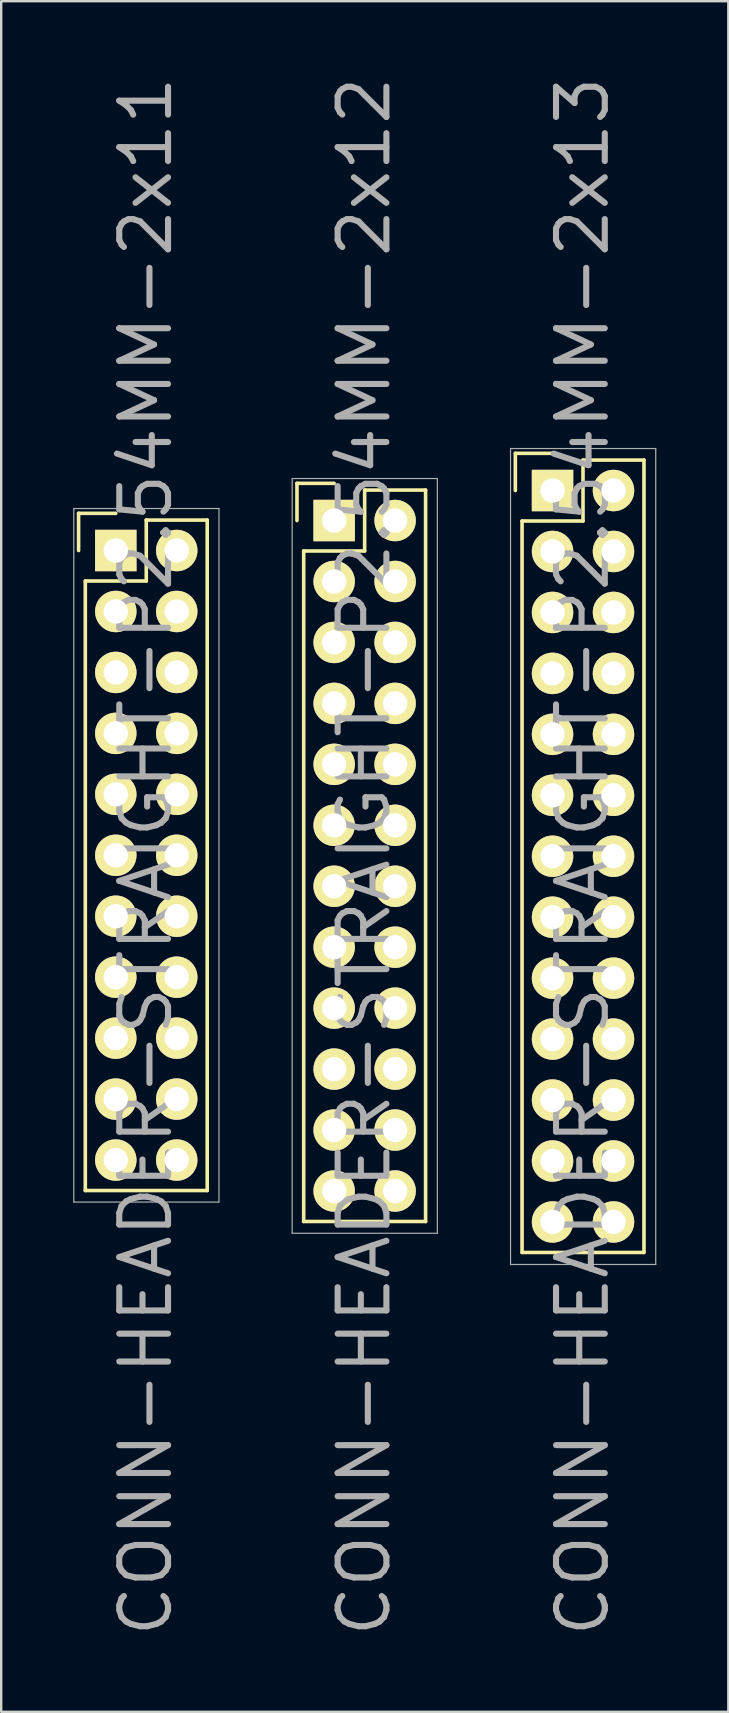
<source format=kicad_pcb>
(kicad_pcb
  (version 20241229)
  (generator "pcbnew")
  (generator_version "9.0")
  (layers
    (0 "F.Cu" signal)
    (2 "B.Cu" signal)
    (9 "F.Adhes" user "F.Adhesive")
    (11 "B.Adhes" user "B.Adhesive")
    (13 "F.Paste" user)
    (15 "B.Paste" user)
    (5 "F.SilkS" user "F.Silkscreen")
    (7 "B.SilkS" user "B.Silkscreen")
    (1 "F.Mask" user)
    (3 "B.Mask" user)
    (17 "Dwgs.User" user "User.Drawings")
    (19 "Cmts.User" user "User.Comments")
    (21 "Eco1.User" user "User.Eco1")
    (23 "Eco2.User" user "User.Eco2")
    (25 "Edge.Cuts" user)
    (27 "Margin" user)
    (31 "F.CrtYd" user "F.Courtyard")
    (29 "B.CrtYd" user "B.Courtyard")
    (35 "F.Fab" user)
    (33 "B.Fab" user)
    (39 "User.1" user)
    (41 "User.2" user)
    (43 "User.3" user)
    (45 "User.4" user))
  (footprint "CONN-HEADER-STRAIGHT-P2.54MM-2x13"
    (layer "F.Cu")
    (at 19.975 17.391)
    (property "Reference" "CONN-HEADER-STRAIGHT-P2.54MM-2x13" (at 1.25 15.25 90) (layer "F.Fab") (effects (font (size 2.032 2.032) (thickness 0.254))))
    (attr smd)
    (fp_line (start -1.55 -1.55) (end -1.55 0) (stroke (width 0.15) (type solid)) (layer "F.SilkS"))
    (fp_line (start -1.27 1.27) (end -1.27 31.75) (stroke (width 0.15) (type solid)) (layer "F.SilkS"))
    (fp_line (start 0 -1.55) (end -1.55 -1.55) (stroke (width 0.15) (type solid)) (layer "F.SilkS"))
    (fp_line (start 1.27 -1.27) (end 1.27 1.27) (stroke (width 0.15) (type solid)) (layer "F.SilkS"))
    (fp_line (start 1.27 1.27) (end -1.27 1.27) (stroke (width 0.15) (type solid)) (layer "F.SilkS"))
    (fp_line (start 3.81 -1.27) (end 1.27 -1.27) (stroke (width 0.15) (type solid)) (layer "F.SilkS"))
    (fp_line (start 3.81 -1.27) (end 3.81 31.75) (stroke (width 0.15) (type solid)) (layer "F.SilkS"))
    (fp_line (start 3.81 31.75) (end -1.27 31.75) (stroke (width 0.15) (type solid)) (layer "F.SilkS"))
    (fp_line (start -1.75 -1.75) (end -1.75 32.25) (stroke (width 0.05) (type solid)) (layer "F.Fab"))
    (fp_line (start -1.75 -1.75) (end 4.3 -1.75) (stroke (width 0.05) (type solid)) (layer "F.Fab"))
    (fp_line (start -1.75 32.25) (end 4.3 32.25) (stroke (width 0.05) (type solid)) (layer "F.Fab"))
    (fp_line (start 4.3 -1.75) (end 4.3 32.25) (stroke (width 0.05) (type solid)) (layer "F.Fab"))
    (pad "1" thru_hole rect (at 0 0) (size 1.727 1.727) (drill 1.016) (layers "*.Cu" "*.Mask" "F.SilkS"))
    (pad "2" thru_hole oval (at 2.54 0) (size 1.727 1.727) (drill 1.016) (layers "*.Cu" "*.Mask" "F.SilkS"))
    (pad "3" thru_hole oval (at 0 2.54) (size 1.727 1.727) (drill 1.016) (layers "*.Cu" "*.Mask" "F.SilkS"))
    (pad "4" thru_hole oval (at 2.54 2.54) (size 1.727 1.727) (drill 1.016) (layers "*.Cu" "*.Mask" "F.SilkS"))
    (pad "5" thru_hole oval (at 0 5.08) (size 1.727 1.727) (drill 1.016) (layers "*.Cu" "*.Mask" "F.SilkS"))
    (pad "6" thru_hole oval (at 2.54 5.08) (size 1.727 1.727) (drill 1.016) (layers "*.Cu" "*.Mask" "F.SilkS"))
    (pad "7" thru_hole oval (at 0 7.62) (size 1.727 1.727) (drill 1.016) (layers "*.Cu" "*.Mask" "F.SilkS"))
    (pad "8" thru_hole oval (at 2.54 7.62) (size 1.727 1.727) (drill 1.016) (layers "*.Cu" "*.Mask" "F.SilkS"))
    (pad "9" thru_hole oval (at 0 10.16) (size 1.727 1.727) (drill 1.016) (layers "*.Cu" "*.Mask" "F.SilkS"))
    (pad "10" thru_hole oval (at 2.54 10.16) (size 1.727 1.727) (drill 1.016) (layers "*.Cu" "*.Mask" "F.SilkS"))
    (pad "11" thru_hole oval (at 0 12.7) (size 1.727 1.727) (drill 1.016) (layers "*.Cu" "*.Mask" "F.SilkS"))
    (pad "12" thru_hole oval (at 2.54 12.7) (size 1.727 1.727) (drill 1.016) (layers "*.Cu" "*.Mask" "F.SilkS"))
    (pad "13" thru_hole oval (at 0 15.24) (size 1.727 1.727) (drill 1.016) (layers "*.Cu" "*.Mask" "F.SilkS"))
    (pad "14" thru_hole oval (at 2.54 15.24) (size 1.727 1.727) (drill 1.016) (layers "*.Cu" "*.Mask" "F.SilkS"))
    (pad "15" thru_hole oval (at 0 17.78) (size 1.727 1.727) (drill 1.016) (layers "*.Cu" "*.Mask" "F.SilkS"))
    (pad "16" thru_hole oval (at 2.54 17.78) (size 1.727 1.727) (drill 1.016) (layers "*.Cu" "*.Mask" "F.SilkS"))
    (pad "17" thru_hole oval (at 0 20.32) (size 1.727 1.727) (drill 1.016) (layers "*.Cu" "*.Mask" "F.SilkS"))
    (pad "18" thru_hole oval (at 2.54 20.32) (size 1.727 1.727) (drill 1.016) (layers "*.Cu" "*.Mask" "F.SilkS"))
    (pad "19" thru_hole oval (at 0 22.86) (size 1.727 1.727) (drill 1.016) (layers "*.Cu" "*.Mask" "F.SilkS"))
    (pad "20" thru_hole oval (at 2.54 22.86) (size 1.727 1.727) (drill 1.016) (layers "*.Cu" "*.Mask" "F.SilkS"))
    (pad "21" thru_hole oval (at 0 25.4) (size 1.727 1.727) (drill 1.016) (layers "*.Cu" "*.Mask" "F.SilkS"))
    (pad "22" thru_hole oval (at 2.54 25.4) (size 1.727 1.727) (drill 1.016) (layers "*.Cu" "*.Mask" "F.SilkS"))
    (pad "23" thru_hole oval (at 0 27.94) (size 1.727 1.727) (drill 1.016) (layers "*.Cu" "*.Mask" "F.SilkS"))
    (pad "24" thru_hole oval (at 2.54 27.94) (size 1.727 1.727) (drill 1.016) (layers "*.Cu" "*.Mask" "F.SilkS"))
    (pad "25" thru_hole oval (at 0 30.48) (size 1.727 1.727) (drill 1.016) (layers "*.Cu" "*.Mask" "F.SilkS"))
    (pad "26" thru_hole oval (at 2.54 30.48) (size 1.727 1.727) (drill 1.016) (layers "*.Cu" "*.Mask" "F.SilkS")))
  (footprint "CONN-HEADER-STRAIGHT-P2.54MM-2x11"
    (layer "F.Cu")
    (at 1.775 19.891)
    (property "Reference" "CONN-HEADER-STRAIGHT-P2.54MM-2x11" (at 1.25 12.75 90) (layer "F.Fab") (effects (font (size 2.032 2.032) (thickness 0.254))))
    (attr smd)
    (fp_line (start -1.55 -1.55) (end -1.55 0) (stroke (width 0.15) (type solid)) (layer "F.SilkS"))
    (fp_line (start -1.27 1.27) (end -1.27 26.67) (stroke (width 0.15) (type solid)) (layer "F.SilkS"))
    (fp_line (start 0 -1.55) (end -1.55 -1.55) (stroke (width 0.15) (type solid)) (layer "F.SilkS"))
    (fp_line (start 1.27 -1.27) (end 1.27 1.27) (stroke (width 0.15) (type solid)) (layer "F.SilkS"))
    (fp_line (start 1.27 1.27) (end -1.27 1.27) (stroke (width 0.15) (type solid)) (layer "F.SilkS"))
    (fp_line (start 3.81 -1.27) (end 1.27 -1.27) (stroke (width 0.15) (type solid)) (layer "F.SilkS"))
    (fp_line (start 3.81 26.67) (end -1.27 26.67) (stroke (width 0.15) (type solid)) (layer "F.SilkS"))
    (fp_line (start 3.81 26.67) (end 3.81 -1.27) (stroke (width 0.15) (type solid)) (layer "F.SilkS"))
    (fp_line (start -1.75 -1.75) (end -1.75 27.15) (stroke (width 0.05) (type solid)) (layer "F.Fab"))
    (fp_line (start -1.75 -1.75) (end 4.3 -1.75) (stroke (width 0.05) (type solid)) (layer "F.Fab"))
    (fp_line (start -1.75 27.15) (end 4.3 27.15) (stroke (width 0.05) (type solid)) (layer "F.Fab"))
    (fp_line (start 4.3 -1.75) (end 4.3 27.15) (stroke (width 0.05) (type solid)) (layer "F.Fab"))
    (pad "1" thru_hole rect (at 0 0) (size 1.727 1.727) (drill 1.016) (layers "*.Cu" "*.Mask" "F.SilkS"))
    (pad "2" thru_hole oval (at 2.54 0) (size 1.727 1.727) (drill 1.016) (layers "*.Cu" "*.Mask" "F.SilkS"))
    (pad "3" thru_hole oval (at 0 2.54) (size 1.727 1.727) (drill 1.016) (layers "*.Cu" "*.Mask" "F.SilkS"))
    (pad "4" thru_hole oval (at 2.54 2.54) (size 1.727 1.727) (drill 1.016) (layers "*.Cu" "*.Mask" "F.SilkS"))
    (pad "5" thru_hole oval (at 0 5.08) (size 1.727 1.727) (drill 1.016) (layers "*.Cu" "*.Mask" "F.SilkS"))
    (pad "6" thru_hole oval (at 2.54 5.08) (size 1.727 1.727) (drill 1.016) (layers "*.Cu" "*.Mask" "F.SilkS"))
    (pad "7" thru_hole oval (at 0 7.62) (size 1.727 1.727) (drill 1.016) (layers "*.Cu" "*.Mask" "F.SilkS"))
    (pad "8" thru_hole oval (at 2.54 7.62) (size 1.727 1.727) (drill 1.016) (layers "*.Cu" "*.Mask" "F.SilkS"))
    (pad "9" thru_hole oval (at 0 10.16) (size 1.727 1.727) (drill 1.016) (layers "*.Cu" "*.Mask" "F.SilkS"))
    (pad "10" thru_hole oval (at 2.54 10.16) (size 1.727 1.727) (drill 1.016) (layers "*.Cu" "*.Mask" "F.SilkS"))
    (pad "11" thru_hole oval (at 0 12.7) (size 1.727 1.727) (drill 1.016) (layers "*.Cu" "*.Mask" "F.SilkS"))
    (pad "12" thru_hole oval (at 2.54 12.7) (size 1.727 1.727) (drill 1.016) (layers "*.Cu" "*.Mask" "F.SilkS"))
    (pad "13" thru_hole oval (at 0 15.24) (size 1.727 1.727) (drill 1.016) (layers "*.Cu" "*.Mask" "F.SilkS"))
    (pad "14" thru_hole oval (at 2.54 15.24) (size 1.727 1.727) (drill 1.016) (layers "*.Cu" "*.Mask" "F.SilkS"))
    (pad "15" thru_hole oval (at 0 17.78) (size 1.727 1.727) (drill 1.016) (layers "*.Cu" "*.Mask" "F.SilkS"))
    (pad "16" thru_hole oval (at 2.54 17.78) (size 1.727 1.727) (drill 1.016) (layers "*.Cu" "*.Mask" "F.SilkS"))
    (pad "17" thru_hole oval (at 0 20.32) (size 1.727 1.727) (drill 1.016) (layers "*.Cu" "*.Mask" "F.SilkS"))
    (pad "18" thru_hole oval (at 2.54 20.32) (size 1.727 1.727) (drill 1.016) (layers "*.Cu" "*.Mask" "F.SilkS"))
    (pad "19" thru_hole oval (at 0 22.86) (size 1.727 1.727) (drill 1.016) (layers "*.Cu" "*.Mask" "F.SilkS"))
    (pad "20" thru_hole oval (at 2.54 22.86) (size 1.727 1.727) (drill 1.016) (layers "*.Cu" "*.Mask" "F.SilkS"))
    (pad "21" thru_hole oval (at 0 25.4) (size 1.727 1.727) (drill 1.016) (layers "*.Cu" "*.Mask" "F.SilkS"))
    (pad "22" thru_hole oval (at 2.54 25.4) (size 1.727 1.727) (drill 1.016) (layers "*.Cu" "*.Mask" "F.SilkS")))
  (footprint "CONN-HEADER-STRAIGHT-P2.54MM-2x12"
    (layer "F.Cu")
    (at 10.875 18.641)
    (property "Reference" "CONN-HEADER-STRAIGHT-P2.54MM-2x12" (at 1.25 14 90) (layer "F.Fab") (effects (font (size 2.032 2.032) (thickness 0.254))))
    (attr smd)
    (fp_line (start -1.55 -1.55) (end -1.55 0) (stroke (width 0.15) (type solid)) (layer "F.SilkS"))
    (fp_line (start -1.27 1.27) (end -1.27 29.21) (stroke (width 0.15) (type solid)) (layer "F.SilkS"))
    (fp_line (start 0 -1.55) (end -1.55 -1.55) (stroke (width 0.15) (type solid)) (layer "F.SilkS"))
    (fp_line (start 1.27 -1.27) (end 1.27 1.27) (stroke (width 0.15) (type solid)) (layer "F.SilkS"))
    (fp_line (start 1.27 1.27) (end -1.27 1.27) (stroke (width 0.15) (type solid)) (layer "F.SilkS"))
    (fp_line (start 3.81 -1.27) (end 1.27 -1.27) (stroke (width 0.15) (type solid)) (layer "F.SilkS"))
    (fp_line (start 3.81 29.21) (end -1.27 29.21) (stroke (width 0.15) (type solid)) (layer "F.SilkS"))
    (fp_line (start 3.81 29.21) (end 3.81 -1.27) (stroke (width 0.15) (type solid)) (layer "F.SilkS"))
    (fp_line (start -1.75 -1.75) (end -1.75 29.7) (stroke (width 0.05) (type solid)) (layer "F.Fab"))
    (fp_line (start -1.75 -1.75) (end 4.3 -1.75) (stroke (width 0.05) (type solid)) (layer "F.Fab"))
    (fp_line (start -1.75 29.7) (end 4.3 29.7) (stroke (width 0.05) (type solid)) (layer "F.Fab"))
    (fp_line (start 4.3 -1.75) (end 4.3 29.7) (stroke (width 0.05) (type solid)) (layer "F.Fab"))
    (pad "1" thru_hole rect (at 0 0) (size 1.727 1.727) (drill 1.016) (layers "*.Cu" "*.Mask" "F.SilkS"))
    (pad "2" thru_hole oval (at 2.54 0) (size 1.727 1.727) (drill 1.016) (layers "*.Cu" "*.Mask" "F.SilkS"))
    (pad "3" thru_hole oval (at 0 2.54) (size 1.727 1.727) (drill 1.016) (layers "*.Cu" "*.Mask" "F.SilkS"))
    (pad "4" thru_hole oval (at 2.54 2.54) (size 1.727 1.727) (drill 1.016) (layers "*.Cu" "*.Mask" "F.SilkS"))
    (pad "5" thru_hole oval (at 0 5.08) (size 1.727 1.727) (drill 1.016) (layers "*.Cu" "*.Mask" "F.SilkS"))
    (pad "6" thru_hole oval (at 2.54 5.08) (size 1.727 1.727) (drill 1.016) (layers "*.Cu" "*.Mask" "F.SilkS"))
    (pad "7" thru_hole oval (at 0 7.62) (size 1.727 1.727) (drill 1.016) (layers "*.Cu" "*.Mask" "F.SilkS"))
    (pad "8" thru_hole oval (at 2.54 7.62) (size 1.727 1.727) (drill 1.016) (layers "*.Cu" "*.Mask" "F.SilkS"))
    (pad "9" thru_hole oval (at 0 10.16) (size 1.727 1.727) (drill 1.016) (layers "*.Cu" "*.Mask" "F.SilkS"))
    (pad "10" thru_hole oval (at 2.54 10.16) (size 1.727 1.727) (drill 1.016) (layers "*.Cu" "*.Mask" "F.SilkS"))
    (pad "11" thru_hole oval (at 0 12.7) (size 1.727 1.727) (drill 1.016) (layers "*.Cu" "*.Mask" "F.SilkS"))
    (pad "12" thru_hole oval (at 2.54 12.7) (size 1.727 1.727) (drill 1.016) (layers "*.Cu" "*.Mask" "F.SilkS"))
    (pad "13" thru_hole oval (at 0 15.24) (size 1.727 1.727) (drill 1.016) (layers "*.Cu" "*.Mask" "F.SilkS"))
    (pad "14" thru_hole oval (at 2.54 15.24) (size 1.727 1.727) (drill 1.016) (layers "*.Cu" "*.Mask" "F.SilkS"))
    (pad "15" thru_hole oval (at 0 17.78) (size 1.727 1.727) (drill 1.016) (layers "*.Cu" "*.Mask" "F.SilkS"))
    (pad "16" thru_hole oval (at 2.54 17.78) (size 1.727 1.727) (drill 1.016) (layers "*.Cu" "*.Mask" "F.SilkS"))
    (pad "17" thru_hole oval (at 0 20.32) (size 1.727 1.727) (drill 1.016) (layers "*.Cu" "*.Mask" "F.SilkS"))
    (pad "18" thru_hole oval (at 2.54 20.32) (size 1.727 1.727) (drill 1.016) (layers "*.Cu" "*.Mask" "F.SilkS"))
    (pad "19" thru_hole oval (at 0 22.86) (size 1.727 1.727) (drill 1.016) (layers "*.Cu" "*.Mask" "F.SilkS"))
    (pad "20" thru_hole oval (at 2.54 22.86) (size 1.727 1.727) (drill 1.016) (layers "*.Cu" "*.Mask" "F.SilkS"))
    (pad "21" thru_hole oval (at 0 25.4) (size 1.727 1.727) (drill 1.016) (layers "*.Cu" "*.Mask" "F.SilkS"))
    (pad "22" thru_hole oval (at 2.54 25.4) (size 1.727 1.727) (drill 1.016) (layers "*.Cu" "*.Mask" "F.SilkS"))
    (pad "23" thru_hole oval (at 0 27.94) (size 1.727 1.727) (drill 1.016) (layers "*.Cu" "*.Mask" "F.SilkS"))
    (pad "24" thru_hole oval (at 2.54 27.94) (size 1.727 1.727) (drill 1.016) (layers "*.Cu" "*.Mask" "F.SilkS")))
  (gr_rect
    (start -3 -3)
    (end 27.3 68.283)
    (stroke (width 0.1) (type default))
    (fill no)
    (layer "Edge.Cuts")))
</source>
